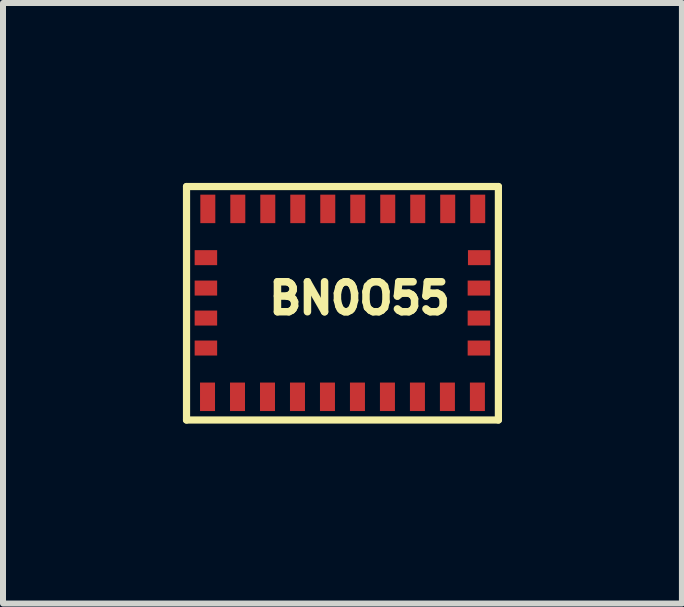
<source format=kicad_pcb>
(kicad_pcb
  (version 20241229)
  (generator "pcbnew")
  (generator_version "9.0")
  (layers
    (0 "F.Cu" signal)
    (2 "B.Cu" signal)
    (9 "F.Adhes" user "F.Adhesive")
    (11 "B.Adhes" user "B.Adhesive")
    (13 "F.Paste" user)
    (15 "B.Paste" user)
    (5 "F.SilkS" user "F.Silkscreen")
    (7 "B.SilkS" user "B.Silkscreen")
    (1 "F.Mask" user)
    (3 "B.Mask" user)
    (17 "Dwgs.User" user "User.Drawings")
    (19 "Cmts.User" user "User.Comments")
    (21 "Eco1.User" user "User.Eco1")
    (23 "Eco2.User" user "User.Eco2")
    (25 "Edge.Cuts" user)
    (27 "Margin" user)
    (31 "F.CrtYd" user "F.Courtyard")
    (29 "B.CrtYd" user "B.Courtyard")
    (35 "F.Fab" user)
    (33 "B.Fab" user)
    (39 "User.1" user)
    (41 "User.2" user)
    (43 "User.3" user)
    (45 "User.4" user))
  (footprint "BN0O55"
    (layer "F.Cu")
    (at 2.595 1.903)
    (property "Reference" "BN0O55" (at 0.35 0.02 0) (layer "F.SilkS") (effects (font (size 0.5 0.5) (thickness 0.125))))
    (attr through_hole)
    (fp_line (start -2.535 -1.843) (end -2.535 2.05) (stroke (width 0.12) (type solid)) (layer "F.SilkS"))
    (fp_line (start -2.535 -1.843) (end 2.665 -1.843) (stroke (width 0.12) (type solid)) (layer "F.SilkS"))
    (fp_line (start -2.535 2.05) (end 2.665 2.05) (stroke (width 0.12) (type solid)) (layer "F.SilkS"))
    (fp_line (start 2.665 -1.843) (end 2.665 2.05) (stroke (width 0.12) (type solid)) (layer "F.SilkS"))
    (pad "1" smd rect (at 2.32 -1.47) (size 0.25 0.475) (layers "F.Cu" "F.Mask" "F.Paste"))
    (pad "2" smd rect (at 2.345 -0.657) (size 0.375 0.25) (layers "F.Cu" "F.Mask" "F.Paste"))
    (pad "3" smd rect (at 2.34 -0.15) (size 0.375 0.25) (layers "F.Cu" "F.Mask" "F.Paste"))
    (pad "4" smd rect (at 2.34 0.35) (size 0.375 0.25) (layers "F.Cu" "F.Mask" "F.Paste"))
    (pad "5" smd rect (at 2.34 0.85) (size 0.375 0.25) (layers "F.Cu" "F.Mask" "F.Paste"))
    (pad "6" smd rect (at 2.315 1.663) (size 0.25 0.475) (layers "F.Cu" "F.Mask" "F.Paste"))
    (pad "7" smd rect (at 1.815 1.663) (size 0.25 0.475) (layers "F.Cu" "F.Mask" "F.Paste"))
    (pad "8" smd rect (at 1.315 1.663) (size 0.25 0.475) (layers "F.Cu" "F.Mask" "F.Paste"))
    (pad "9" smd rect (at 0.815 1.663) (size 0.25 0.475) (layers "F.Cu" "F.Mask" "F.Paste"))
    (pad "10" smd rect (at 0.315 1.663) (size 0.25 0.475) (layers "F.Cu" "F.Mask" "F.Paste"))
    (pad "11" smd rect (at -0.185 1.663) (size 0.25 0.475) (layers "F.Cu" "F.Mask" "F.Paste"))
    (pad "12" smd rect (at -0.685 1.663) (size 0.25 0.475) (layers "F.Cu" "F.Mask" "F.Paste"))
    (pad "13" smd rect (at -1.185 1.663) (size 0.25 0.475) (layers "F.Cu" "F.Mask" "F.Paste"))
    (pad "14" smd rect (at -1.685 1.663) (size 0.25 0.475) (layers "F.Cu" "F.Mask" "F.Paste"))
    (pad "15" smd rect (at -2.185 1.663) (size 0.25 0.475) (layers "F.Cu" "F.Mask" "F.Paste"))
    (pad "16" smd rect (at -2.212 0.85) (size 0.375 0.25) (layers "F.Cu" "F.Mask" "F.Paste"))
    (pad "17" smd rect (at -2.212 0.35) (size 0.375 0.25) (layers "F.Cu" "F.Mask" "F.Paste"))
    (pad "18" smd rect (at -2.212 -0.15) (size 0.375 0.25) (layers "F.Cu" "F.Mask" "F.Paste"))
    (pad "19" smd rect (at -2.212 -0.657) (size 0.375 0.25) (layers "F.Cu" "F.Mask" "F.Paste"))
    (pad "20" smd rect (at -2.18 -1.47) (size 0.25 0.475) (layers "F.Cu" "F.Mask" "F.Paste"))
    (pad "21" smd rect (at -1.68 -1.47) (size 0.25 0.475) (layers "F.Cu" "F.Mask" "F.Paste"))
    (pad "22" smd rect (at -1.18 -1.47) (size 0.25 0.475) (layers "F.Cu" "F.Mask" "F.Paste"))
    (pad "23" smd rect (at -0.68 -1.47) (size 0.25 0.475) (layers "F.Cu" "F.Mask" "F.Paste"))
    (pad "24" smd rect (at -0.18 -1.47) (size 0.25 0.475) (layers "F.Cu" "F.Mask" "F.Paste"))
    (pad "25" smd rect (at 0.32 -1.47) (size 0.25 0.475) (layers "F.Cu" "F.Mask" "F.Paste"))
    (pad "26" smd rect (at 0.82 -1.47) (size 0.25 0.475) (layers "F.Cu" "F.Mask" "F.Paste"))
    (pad "27" smd rect (at 1.32 -1.47) (size 0.25 0.475) (layers "F.Cu" "F.Mask" "F.Paste"))
    (pad "28" smd rect (at 1.82 -1.47) (size 0.25 0.475) (layers "F.Cu" "F.Mask" "F.Paste")))
  (gr_rect
    (start -3 -3)
    (end 8.32 7.013)
    (stroke (width 0.1) (type default))
    (fill no)
    (layer "Edge.Cuts")))
</source>
